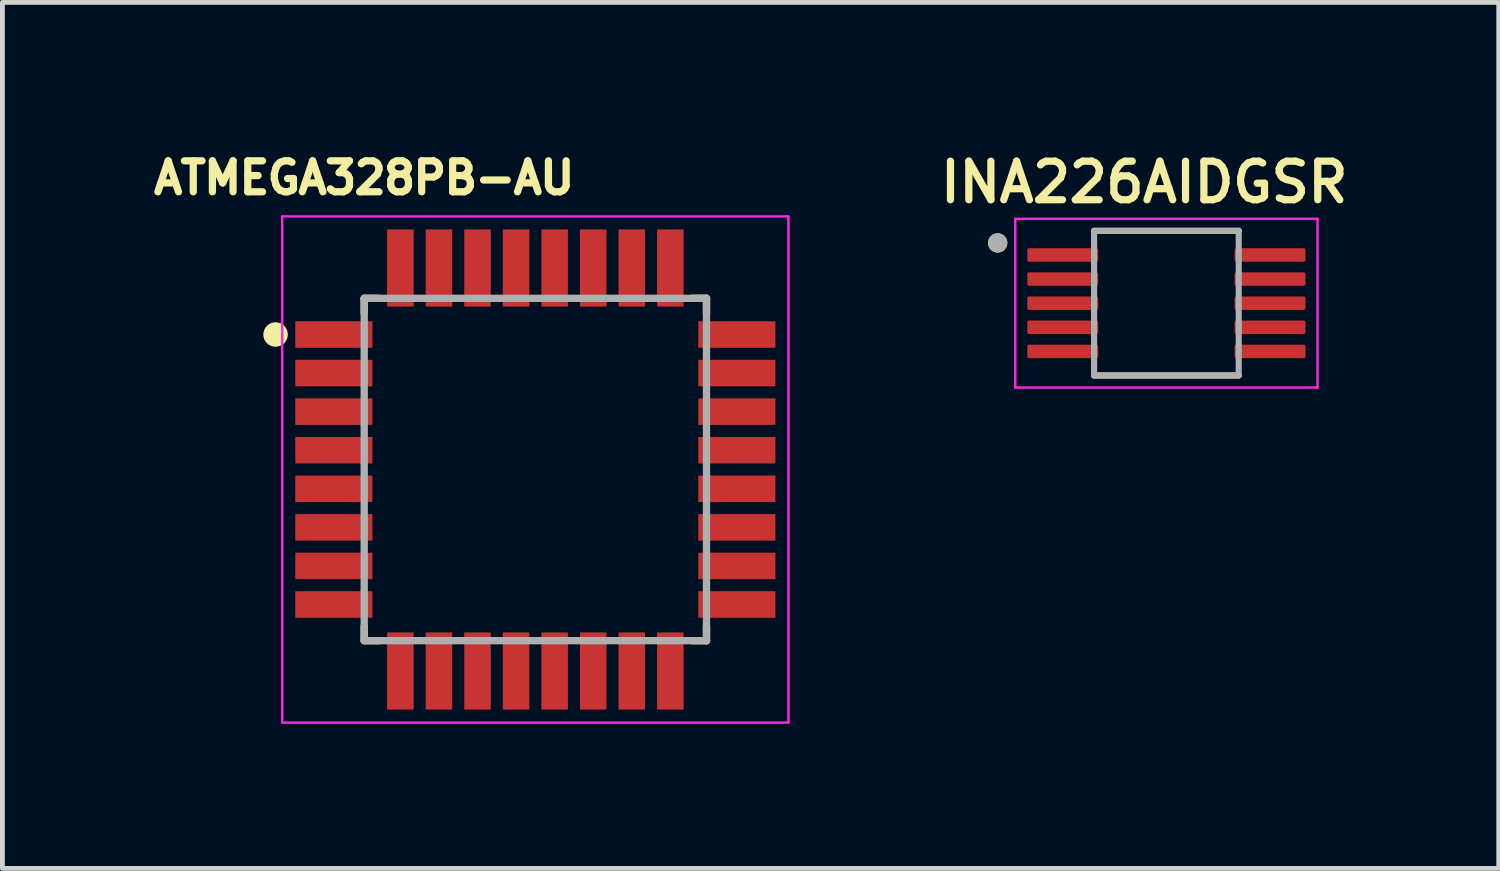
<source format=kicad_pcb>
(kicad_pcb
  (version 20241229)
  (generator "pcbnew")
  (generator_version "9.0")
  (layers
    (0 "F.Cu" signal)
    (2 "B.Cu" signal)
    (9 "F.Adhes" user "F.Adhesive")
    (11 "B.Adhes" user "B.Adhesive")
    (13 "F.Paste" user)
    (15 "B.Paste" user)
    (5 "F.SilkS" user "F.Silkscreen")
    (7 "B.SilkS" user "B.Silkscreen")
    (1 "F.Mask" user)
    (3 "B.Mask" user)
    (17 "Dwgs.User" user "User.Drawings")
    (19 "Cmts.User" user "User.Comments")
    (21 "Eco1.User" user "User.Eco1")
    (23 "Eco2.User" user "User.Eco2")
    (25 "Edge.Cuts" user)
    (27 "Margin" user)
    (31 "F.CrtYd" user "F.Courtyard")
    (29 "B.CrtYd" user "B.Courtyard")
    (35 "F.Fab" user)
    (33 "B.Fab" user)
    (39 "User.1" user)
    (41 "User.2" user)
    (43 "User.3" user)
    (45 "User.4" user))
  (footprint "INA226AIDGSR"
    (layer "F.Cu")
    (at 21.145 3.239)
    (property "Reference" "INA226AIDGSR" (at -0.46 -2.508 0) (layer "F.SilkS") (effects (font (size 0.8 0.8) (thickness 0.15))))
    (attr smd)
    (fp_line (start -1.5 -1.5) (end 1.5 -1.5) (stroke (width 0.127) (type solid)) (layer "F.SilkS"))
    (fp_line (start -1.5 1.5) (end 1.5 1.5) (stroke (width 0.127) (type solid)) (layer "F.SilkS"))
    (fp_circle (center -3.5 -1.25) (end -3.4 -1.25) (stroke (width 0.2) (type solid)) (fill no) (layer "F.SilkS"))
    (fp_line (start -3.135 -1.75) (end -3.135 1.75) (stroke (width 0.05) (type solid)) (layer "F.CrtYd"))
    (fp_line (start -3.135 -1.75) (end 3.135 -1.75) (stroke (width 0.05) (type solid)) (layer "F.CrtYd"))
    (fp_line (start -3.135 1.75) (end 3.135 1.75) (stroke (width 0.05) (type solid)) (layer "F.CrtYd"))
    (fp_line (start 3.135 -1.75) (end 3.135 1.75) (stroke (width 0.05) (type solid)) (layer "F.CrtYd"))
    (fp_line (start -1.5 -1.5) (end -1.5 1.5) (stroke (width 0.127) (type solid)) (layer "F.Fab"))
    (fp_line (start -1.5 -1.5) (end 1.5 -1.5) (stroke (width 0.127) (type solid)) (layer "F.Fab"))
    (fp_line (start -1.5 1.5) (end 1.5 1.5) (stroke (width 0.127) (type solid)) (layer "F.Fab"))
    (fp_line (start 1.5 -1.5) (end 1.5 1.5) (stroke (width 0.127) (type solid)) (layer "F.Fab"))
    (fp_circle (center -3.5 -1.25) (end -3.4 -1.25) (stroke (width 0.2) (type solid)) (fill no) (layer "F.Fab"))
    (pad "1" smd roundrect (at -2.15 -1) (size 1.47 0.28) (layers "F.Cu" "F.Mask" "F.Paste") (roundrect_rratio 0.125))
    (pad "2" smd roundrect (at -2.15 -0.5) (size 1.47 0.28) (layers "F.Cu" "F.Mask" "F.Paste") (roundrect_rratio 0.125))
    (pad "3" smd roundrect (at -2.15 0) (size 1.47 0.28) (layers "F.Cu" "F.Mask" "F.Paste") (roundrect_rratio 0.125))
    (pad "4" smd roundrect (at -2.15 0.5) (size 1.47 0.28) (layers "F.Cu" "F.Mask" "F.Paste") (roundrect_rratio 0.125))
    (pad "5" smd roundrect (at -2.15 1) (size 1.47 0.28) (layers "F.Cu" "F.Mask" "F.Paste") (roundrect_rratio 0.125))
    (pad "6" smd roundrect (at 2.15 1) (size 1.47 0.28) (layers "F.Cu" "F.Mask" "F.Paste") (roundrect_rratio 0.125))
    (pad "7" smd roundrect (at 2.15 0.5) (size 1.47 0.28) (layers "F.Cu" "F.Mask" "F.Paste") (roundrect_rratio 0.125))
    (pad "8" smd roundrect (at 2.15 0) (size 1.47 0.28) (layers "F.Cu" "F.Mask" "F.Paste") (roundrect_rratio 0.125))
    (pad "9" smd roundrect (at 2.15 -0.5) (size 1.47 0.28) (layers "F.Cu" "F.Mask" "F.Paste") (roundrect_rratio 0.125))
    (pad "10" smd roundrect (at 2.15 -1) (size 1.47 0.28) (layers "F.Cu" "F.Mask" "F.Paste") (roundrect_rratio 0.125)))
  (footprint "ATMEGA328PB-AU"
    (layer "F.Cu")
    (at 8.055 6.689)
    (property "Reference" "ATMEGA328PB-AU" (at -3.55 -6.05 0) (layer "F.SilkS") (effects (font (size 0.642 0.642) (thickness 0.15))))
    (attr smd)
    (fp_line (start -3.55 -3.55) (end -3.25 -3.55) (stroke (width 0.152) (type solid)) (layer "F.SilkS"))
    (fp_line (start -3.55 -3.25) (end -3.55 -3.55) (stroke (width 0.152) (type solid)) (layer "F.SilkS"))
    (fp_line (start -3.55 3.25) (end -3.55 3.55) (stroke (width 0.152) (type solid)) (layer "F.SilkS"))
    (fp_line (start -3.55 3.55) (end -3.25 3.55) (stroke (width 0.152) (type solid)) (layer "F.SilkS"))
    (fp_line (start 3.25 -3.55) (end 3.55 -3.55) (stroke (width 0.152) (type solid)) (layer "F.SilkS"))
    (fp_line (start 3.25 3.55) (end 3.55 3.55) (stroke (width 0.152) (type solid)) (layer "F.SilkS"))
    (fp_line (start 3.55 -3.55) (end 3.55 -3.25) (stroke (width 0.152) (type solid)) (layer "F.SilkS"))
    (fp_line (start 3.55 3.55) (end 3.55 3.25) (stroke (width 0.152) (type solid)) (layer "F.SilkS"))
    (fp_circle (center -5.389 -2.8) (end -5.135 -2.8) (stroke (width 0) (type solid)) (fill yes) (layer "F.SilkS"))
    (fp_line (start -5.25 -5.25) (end -5.25 5.25) (stroke (width 0.05) (type solid)) (layer "F.CrtYd"))
    (fp_line (start -5.25 5.25) (end 5.25 5.25) (stroke (width 0.05) (type solid)) (layer "F.CrtYd"))
    (fp_line (start 5.25 -5.25) (end -5.25 -5.25) (stroke (width 0.05) (type solid)) (layer "F.CrtYd"))
    (fp_line (start 5.25 5.25) (end 5.25 -5.25) (stroke (width 0.05) (type solid)) (layer "F.CrtYd"))
    (fp_line (start -3.55 -3.55) (end 3.55 -3.55) (stroke (width 0.152) (type solid)) (layer "F.Fab"))
    (fp_line (start -3.55 3.55) (end -3.55 -3.55) (stroke (width 0.152) (type solid)) (layer "F.Fab"))
    (fp_line (start 3.55 -3.55) (end 3.55 3.55) (stroke (width 0.152) (type solid)) (layer "F.Fab"))
    (fp_line (start 3.55 3.55) (end -3.55 3.55) (stroke (width 0.152) (type solid)) (layer "F.Fab"))
    (pad "1" smd rect (at -4.18 -2.8) (size 1.6 0.55) (layers "F.Cu" "F.Mask" "F.Paste"))
    (pad "2" smd rect (at -4.18 -2) (size 1.6 0.55) (layers "F.Cu" "F.Mask" "F.Paste"))
    (pad "3" smd rect (at -4.18 -1.2) (size 1.6 0.55) (layers "F.Cu" "F.Mask" "F.Paste"))
    (pad "4" smd rect (at -4.18 -0.4) (size 1.6 0.55) (layers "F.Cu" "F.Mask" "F.Paste"))
    (pad "5" smd rect (at -4.18 0.4) (size 1.6 0.55) (layers "F.Cu" "F.Mask" "F.Paste"))
    (pad "6" smd rect (at -4.18 1.2) (size 1.6 0.55) (layers "F.Cu" "F.Mask" "F.Paste"))
    (pad "7" smd rect (at -4.18 2) (size 1.6 0.55) (layers "F.Cu" "F.Mask" "F.Paste"))
    (pad "8" smd rect (at -4.18 2.8) (size 1.6 0.55) (layers "F.Cu" "F.Mask" "F.Paste"))
    (pad "9" smd rect (at -2.8 4.18) (size 0.55 1.6) (layers "F.Cu" "F.Mask" "F.Paste"))
    (pad "10" smd rect (at -2 4.18) (size 0.55 1.6) (layers "F.Cu" "F.Mask" "F.Paste"))
    (pad "11" smd rect (at -1.2 4.18) (size 0.55 1.6) (layers "F.Cu" "F.Mask" "F.Paste"))
    (pad "12" smd rect (at -0.4 4.18) (size 0.55 1.6) (layers "F.Cu" "F.Mask" "F.Paste"))
    (pad "13" smd rect (at 0.4 4.18) (size 0.55 1.6) (layers "F.Cu" "F.Mask" "F.Paste"))
    (pad "14" smd rect (at 1.2 4.18) (size 0.55 1.6) (layers "F.Cu" "F.Mask" "F.Paste"))
    (pad "15" smd rect (at 2 4.18) (size 0.55 1.6) (layers "F.Cu" "F.Mask" "F.Paste"))
    (pad "16" smd rect (at 2.8 4.18) (size 0.55 1.6) (layers "F.Cu" "F.Mask" "F.Paste"))
    (pad "17" smd rect (at 4.18 2.8) (size 1.6 0.55) (layers "F.Cu" "F.Mask" "F.Paste"))
    (pad "18" smd rect (at 4.18 2) (size 1.6 0.55) (layers "F.Cu" "F.Mask" "F.Paste"))
    (pad "19" smd rect (at 4.18 1.2) (size 1.6 0.55) (layers "F.Cu" "F.Mask" "F.Paste"))
    (pad "20" smd rect (at 4.18 0.4) (size 1.6 0.55) (layers "F.Cu" "F.Mask" "F.Paste"))
    (pad "21" smd rect (at 4.18 -0.4) (size 1.6 0.55) (layers "F.Cu" "F.Mask" "F.Paste"))
    (pad "22" smd rect (at 4.18 -1.2) (size 1.6 0.55) (layers "F.Cu" "F.Mask" "F.Paste"))
    (pad "23" smd rect (at 4.18 -2) (size 1.6 0.55) (layers "F.Cu" "F.Mask" "F.Paste"))
    (pad "24" smd rect (at 4.18 -2.8) (size 1.6 0.55) (layers "F.Cu" "F.Mask" "F.Paste"))
    (pad "25" smd rect (at 2.8 -4.18) (size 0.55 1.6) (layers "F.Cu" "F.Mask" "F.Paste"))
    (pad "26" smd rect (at 2 -4.18) (size 0.55 1.6) (layers "F.Cu" "F.Mask" "F.Paste"))
    (pad "27" smd rect (at 1.2 -4.18) (size 0.55 1.6) (layers "F.Cu" "F.Mask" "F.Paste"))
    (pad "28" smd rect (at 0.4 -4.18) (size 0.55 1.6) (layers "F.Cu" "F.Mask" "F.Paste"))
    (pad "29" smd rect (at -0.4 -4.18) (size 0.55 1.6) (layers "F.Cu" "F.Mask" "F.Paste"))
    (pad "30" smd rect (at -1.2 -4.18) (size 0.55 1.6) (layers "F.Cu" "F.Mask" "F.Paste"))
    (pad "31" smd rect (at -2 -4.18) (size 0.55 1.6) (layers "F.Cu" "F.Mask" "F.Paste"))
    (pad "32" smd rect (at -2.8 -4.18) (size 0.55 1.6) (layers "F.Cu" "F.Mask" "F.Paste")))
  (gr_rect
    (start -3 -3)
    (end 28.039 14.964)
    (stroke (width 0.1) (type default))
    (fill no)
    (layer "Edge.Cuts")))
</source>
